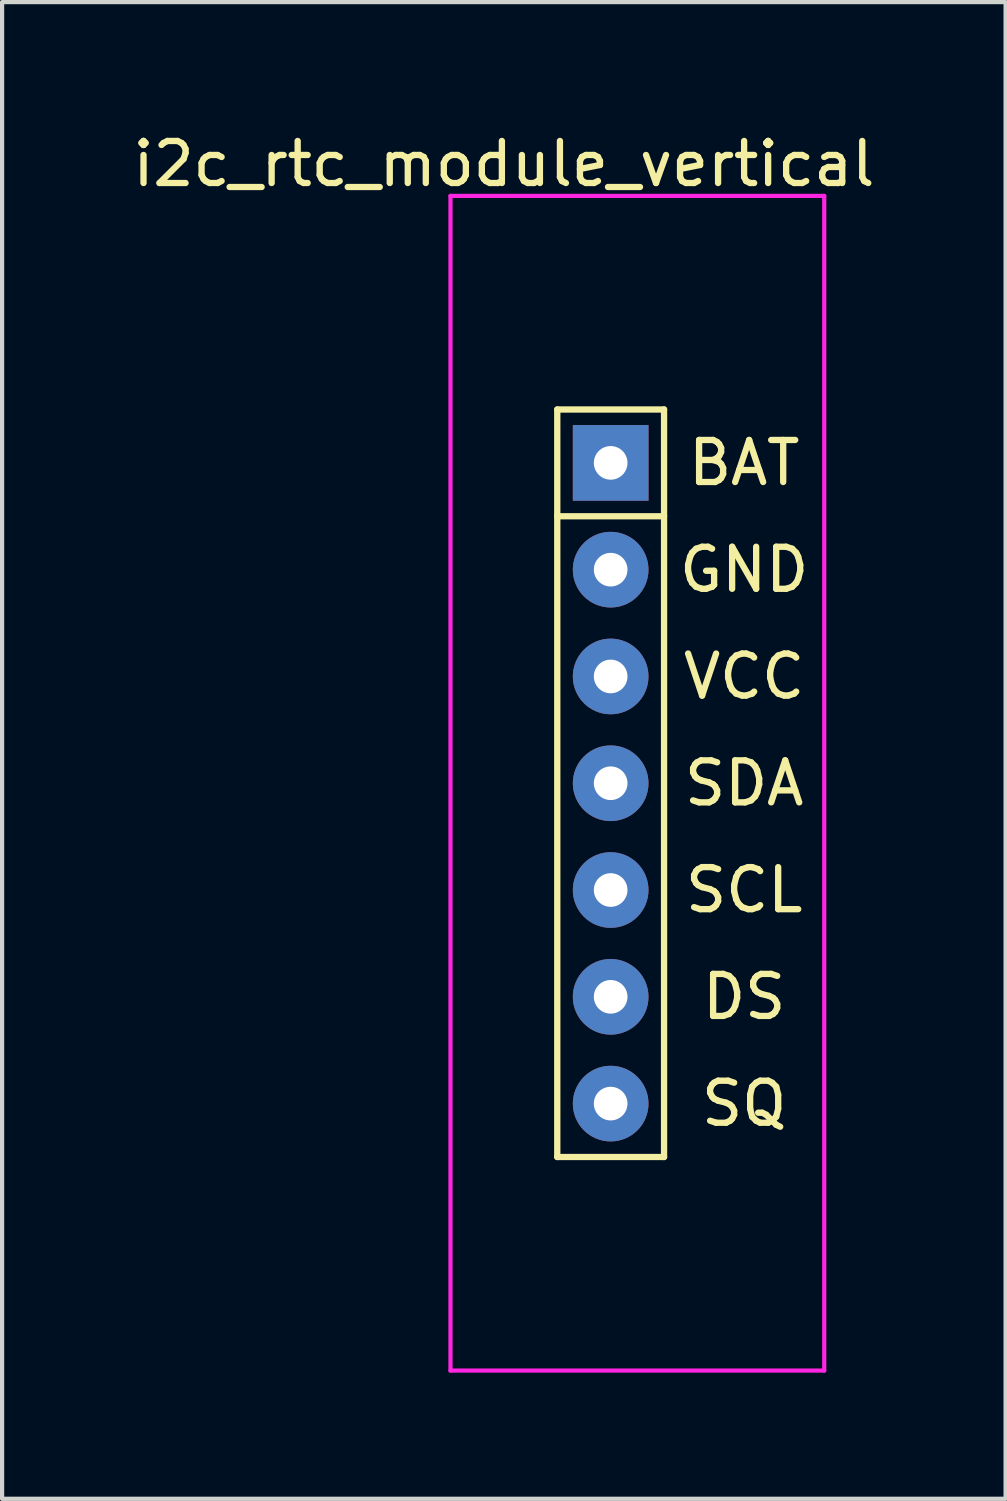
<source format=kicad_pcb>
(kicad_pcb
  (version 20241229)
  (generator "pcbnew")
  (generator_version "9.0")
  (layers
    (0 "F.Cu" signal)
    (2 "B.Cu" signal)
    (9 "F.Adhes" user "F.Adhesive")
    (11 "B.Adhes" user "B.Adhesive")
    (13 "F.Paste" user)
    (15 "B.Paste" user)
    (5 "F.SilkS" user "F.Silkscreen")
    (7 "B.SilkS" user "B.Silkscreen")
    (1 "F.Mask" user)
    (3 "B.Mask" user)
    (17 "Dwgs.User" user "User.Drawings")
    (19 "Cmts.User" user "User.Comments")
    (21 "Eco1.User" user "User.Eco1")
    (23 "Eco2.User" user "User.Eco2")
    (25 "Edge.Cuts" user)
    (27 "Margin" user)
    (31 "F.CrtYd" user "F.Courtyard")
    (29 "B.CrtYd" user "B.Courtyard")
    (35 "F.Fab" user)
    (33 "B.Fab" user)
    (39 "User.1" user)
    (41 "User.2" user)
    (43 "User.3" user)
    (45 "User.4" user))
  (footprint "i2c_rtc_module_vertical"
    (layer "F.Cu")
    (at 11.475 7.96)
    (property "Reference" "i2c_rtc_module_vertical" (at -2.54 -7.112 0) (layer "F.SilkS") (effects (font (size 1 1) (thickness 0.15))))
    (attr through_hole)
    (fp_line (start -1.27 -1.27) (end -1.27 16.51) (stroke (width 0.15) (type solid)) (layer "F.SilkS"))
    (fp_line (start -1.27 1.27) (end 1.27 1.27) (stroke (width 0.15) (type solid)) (layer "F.SilkS"))
    (fp_line (start -1.27 16.51) (end 1.27 16.51) (stroke (width 0.15) (type solid)) (layer "F.SilkS"))
    (fp_line (start 1.27 -1.27) (end -1.27 -1.27) (stroke (width 0.15) (type solid)) (layer "F.SilkS"))
    (fp_line (start 1.27 16.51) (end 1.27 -1.27) (stroke (width 0.15) (type solid)) (layer "F.SilkS"))
    (fp_line (start -3.81 -6.35) (end -3.81 21.59) (stroke (width 0.1) (type solid)) (layer "F.CrtYd"))
    (fp_line (start -3.81 21.59) (end 5.08 21.59) (stroke (width 0.1) (type solid)) (layer "F.CrtYd"))
    (fp_line (start 5.08 -6.35) (end -3.81 -6.35) (stroke (width 0.1) (type solid)) (layer "F.CrtYd"))
    (fp_line (start 5.08 21.59) (end 5.08 -6.35) (stroke (width 0.1) (type solid)) (layer "F.CrtYd"))
    (fp_text user "SQ" (at 3.175 15.24 0) (layer "F.SilkS") (effects (font (size 1 1) (thickness 0.15))))
    (fp_text user "DS" (at 3.175 12.7 0) (layer "F.SilkS") (effects (font (size 1 1) (thickness 0.15))))
    (fp_text user "BAT" (at 3.175 0 0) (layer "F.SilkS") (effects (font (size 1 1) (thickness 0.15))))
    (fp_text user "SDA" (at 3.175 7.62 0) (layer "F.SilkS") (effects (font (size 1 1) (thickness 0.15))))
    (fp_text user "SCL" (at 3.175 10.16 0) (layer "F.SilkS") (effects (font (size 1 1) (thickness 0.15))))
    (fp_text user "GND" (at 3.175 2.54 0) (layer "F.SilkS") (effects (font (size 1 1) (thickness 0.15))))
    (fp_text user "VCC" (at 3.175 5.08 0) (layer "F.SilkS") (effects (font (size 1 1) (thickness 0.15))))
    (pad "1" thru_hole rect (at 0 0) (size 1.8 1.8) (drill 0.8) (layers "*.Cu" "*.Mask"))
    (pad "2" thru_hole circle (at 0 2.54) (size 1.8 1.8) (drill 0.8) (layers "*.Cu" "*.Mask"))
    (pad "3" thru_hole circle (at 0 5.08) (size 1.8 1.8) (drill 0.8) (layers "*.Cu" "*.Mask"))
    (pad "4" thru_hole circle (at 0 7.62) (size 1.8 1.8) (drill 0.8) (layers "*.Cu" "*.Mask"))
    (pad "5" thru_hole circle (at 0 10.16) (size 1.8 1.8) (drill 0.8) (layers "*.Cu" "*.Mask"))
    (pad "6" thru_hole circle (at 0 12.7) (size 1.8 1.8) (drill 0.8) (layers "*.Cu" "*.Mask"))
    (pad "7" thru_hole circle (at 0 15.24) (size 1.8 1.8) (drill 0.8) (layers "*.Cu" "*.Mask")))
  (gr_rect
    (start -3 -3)
    (end 20.869 32.6)
    (stroke (width 0.1) (type default))
    (fill no)
    (layer "Edge.Cuts")))
</source>
